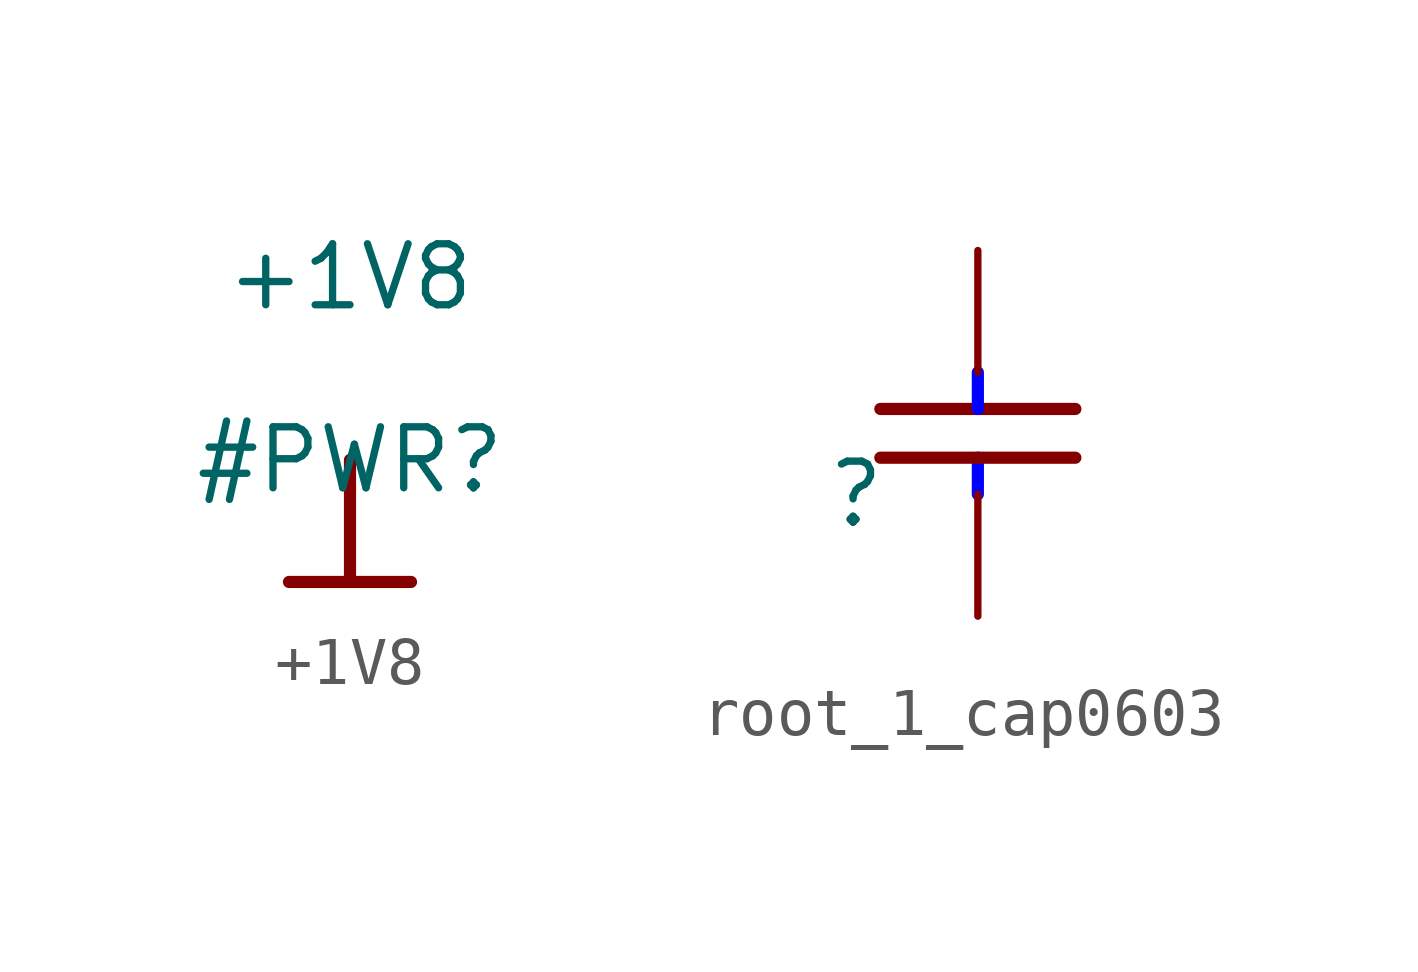
<source format=kicad_sym>
(kicad_symbol_lib
  (version 20220914)
  (generator kicad_symbol_editor)
  (symbol "+1V8"
    (power)
    (property "Reference" "#PWR"
      (at 0 0 0)
      (effects (font (size 1.27 1.27))))
    (property "Value" "+1V8"
      (at 0 3.81 0)
      (effects (font (size 1.27 1.27))))
    (symbol "+1V8_0_0"
      (polyline (pts (xy -1.27 -2.54) (xy 1.27 -2.54)) (stroke (width 0.254) (type solid)) (fill (type none)))
      (polyline (pts (xy 0 0) (xy 0 -2.54)) (stroke (width 0.254) (type solid)) (fill (type none)))
      (pin power_in line (at 0 0 0) (length 0) hide (name "+1V8" (effects (font (size 1.27 1.27)))) (number "" (effects (font (size 1.27 1.27)))))))
  (symbol "root_1_cap0603"
    (property "Reference" ""
      (at 0 0 0)
      (effects (font (size 1.27 1.27))))
    (property "Value" ""
      (at 0 0 0)
      (effects (font (size 1.27 1.27))))
    (symbol "root_1_cap0603_1_0"
      (polyline (pts (xy 0.508 1.778) (xy 4.572 1.778)) (stroke (width 0.254) (type solid)) (fill (type none)))
      (polyline (pts (xy 2.54 0) (xy 2.54 0.762)) (stroke (width 0.254) (type solid) (color 0 0 255 1)) (fill (type none)))
      (polyline (pts (xy 2.54 2.54) (xy 2.54 1.778)) (stroke (width 0.254) (type solid) (color 0 0 255 1)) (fill (type none)))
      (polyline (pts (xy 4.572 0.762) (xy 0.508 0.762)) (stroke (width 0.254) (type solid)) (fill (type none)))
      (pin passive line (at 2.54 -2.54 90) (length 2.54) (name "1" (effects (font (size 0 0)))) (number "1" (effects (font (size 0 0)))))
      (pin passive line (at 2.54 5.08 270) (length 2.54) (name "2" (effects (font (size 0 0)))) (number "2" (effects (font (size 0 0))))))))
</source>
